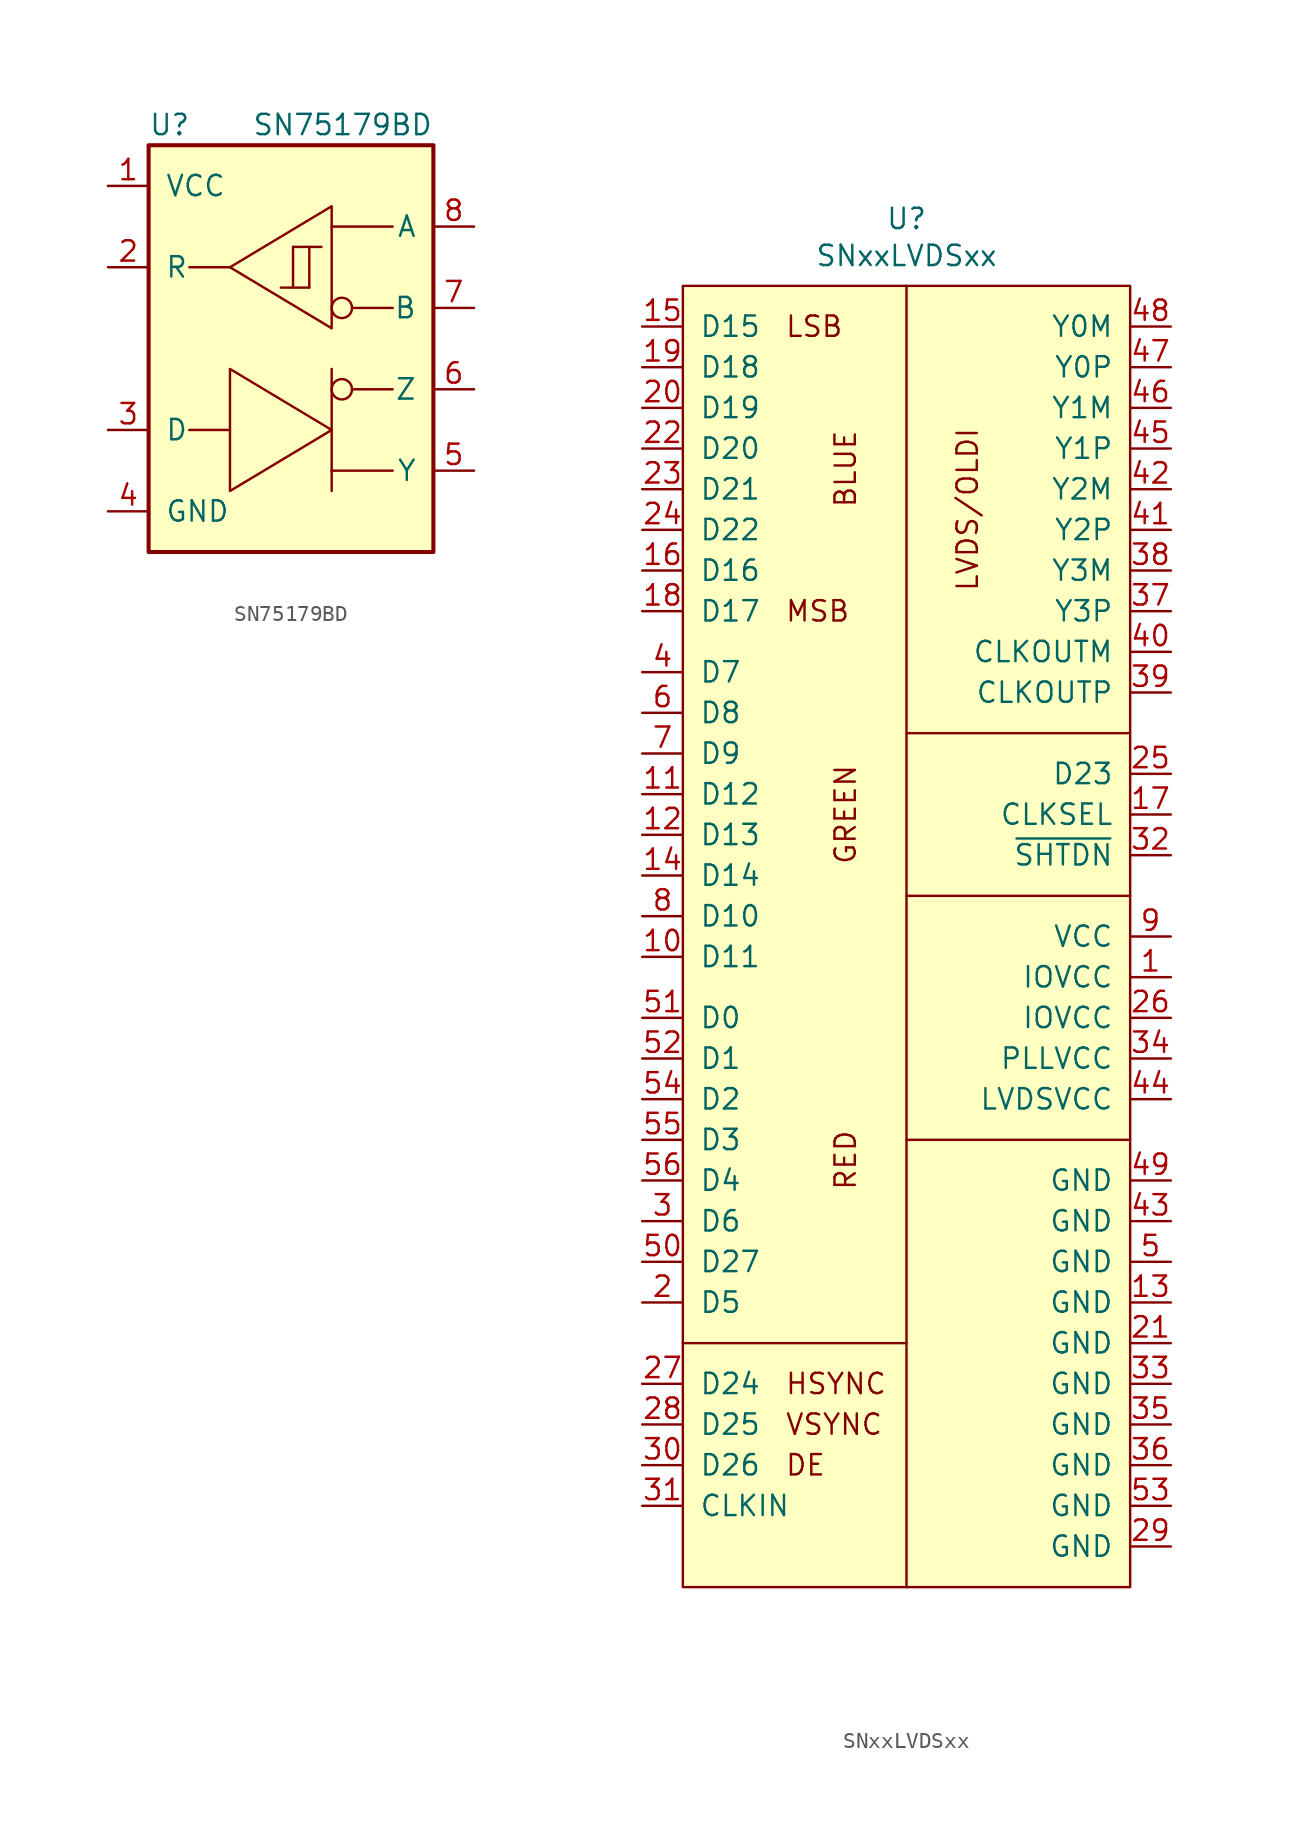
<source format=kicad_sym>
(kicad_symbol_lib
  (version 20231120)
  (generator "kicad_symbol_editor")
  (generator_version "8.0")
  (symbol "SN75179BD"
    (pin_names
      (offset 1.016))
    (property "Reference" "U"
      (at -8.89 13.97 0)
      (effects (font (size 1.27 1.27)) (justify left)))
    (property "Value" "SN75179BD"
      (at 8.89 13.97 0)
      (effects (font (size 1.27 1.27)) (justify right)))
    (symbol "SN75179BD_0_1"
      (rectangle (start -8.89 12.7) (end 8.89 -12.7) (stroke (width 0.254) (type default)) (fill (type background)))
      (polyline (pts (xy -3.81 -5.08) (xy -6.35 -5.08)) (stroke (width 0) (type default)) (fill (type none)))
      (polyline (pts (xy -3.81 5.08) (xy -6.35 5.08)) (stroke (width 0) (type default)) (fill (type none)))
      (polyline (pts (xy -0.635 3.81) (xy 1.143 3.81)) (stroke (width 0) (type default)) (fill (type none)))
      (polyline (pts (xy 0.127 6.35) (xy 0.127 3.81)) (stroke (width 0) (type default)) (fill (type none)))
      (polyline (pts (xy 1.143 3.81) (xy 1.143 6.35)) (stroke (width 0) (type default)) (fill (type none)))
      (polyline (pts (xy 1.905 6.35) (xy 0.127 6.35)) (stroke (width 0) (type default)) (fill (type none)))
      (polyline (pts (xy 2.54 -7.62) (xy 6.35 -7.62)) (stroke (width 0) (type default)) (fill (type none)))
      (polyline (pts (xy 2.54 -1.27) (xy 2.54 -8.89)) (stroke (width 0) (type default)) (fill (type none)))
      (polyline (pts (xy 2.54 7.62) (xy 6.35 7.62)) (stroke (width 0) (type default)) (fill (type none)))
      (polyline (pts (xy 3.81 -2.54) (xy 6.35 -2.54)) (stroke (width 0) (type default)) (fill (type none)))
      (polyline (pts (xy 3.81 2.54) (xy 6.35 2.54)) (stroke (width 0) (type default)) (fill (type none)))
      (polyline (pts (xy -3.81 -1.27) (xy -3.81 -8.89) (xy 2.54 -5.08) (xy -3.81 -1.27)) (stroke (width 0) (type default)) (fill (type none)))
      (polyline (pts (xy 2.54 8.89) (xy 2.54 1.27) (xy -3.81 5.08) (xy 2.54 8.89)) (stroke (width 0) (type default)) (fill (type none)))
      (circle (center 3.175 -2.54) (radius 0.635) (stroke (width 0) (type default)) (fill (type none)))
      (circle (center 3.175 2.54) (radius 0.635) (stroke (width 0) (type default)) (fill (type none))))
    (symbol "SN75179BD_1_1"
      (pin power_in line (at -11.43 10.16 0) (length 2.54) (name "VCC" (effects (font (size 1.27 1.27)))) (number "1" (effects (font (size 1.27 1.27)))))
      (pin output line (at -11.43 5.08 0) (length 2.54) (name "R" (effects (font (size 1.27 1.27)))) (number "2" (effects (font (size 1.27 1.27)))))
      (pin input line (at -11.43 -5.08 0) (length 2.54) (name "D" (effects (font (size 1.27 1.27)))) (number "3" (effects (font (size 1.27 1.27)))))
      (pin power_in line (at -11.43 -10.16 0) (length 2.54) (name "GND" (effects (font (size 1.27 1.27)))) (number "4" (effects (font (size 1.27 1.27)))))
      (pin output line (at 11.43 -7.62 180) (length 2.54) (name "Y" (effects (font (size 1.27 1.27)))) (number "5" (effects (font (size 1.27 1.27)))))
      (pin output line (at 11.43 -2.54 180) (length 2.54) (name "Z" (effects (font (size 1.27 1.27)))) (number "6" (effects (font (size 1.27 1.27)))))
      (pin input line (at 11.43 2.54 180) (length 2.54) (name "B" (effects (font (size 1.27 1.27)))) (number "7" (effects (font (size 1.27 1.27)))))
      (pin input line (at 11.43 7.62 180) (length 2.54) (name "A" (effects (font (size 1.27 1.27)))) (number "8" (effects (font (size 1.27 1.27)))))))
  (symbol "SNxxLVDSxx"
    (pin_names
      (offset 1.016))
    (property "Reference" "U"
      (at 0 4.191 0)
      (effects (font (size 1.27 1.27))))
    (property "Value" "SNxxLVDSxx"
      (at 0 1.88 0)
      (effects (font (size 1.27 1.27))))
    (symbol "SNxxLVDSxx_0_0"
      (polyline (pts (xy 0 -81.28) (xy 0 -66.04)) (stroke (width 0) (type solid)) (fill (type none)))
      (polyline (pts (xy 0 -53.34) (xy 13.97 -53.34)) (stroke (width 0) (type solid)) (fill (type none)))
      (polyline (pts (xy 13.97 -38.1) (xy 0 -38.1)) (stroke (width 0) (type solid)) (fill (type none)))
      (polyline (pts (xy 13.97 -27.94) (xy 0 -27.94)) (stroke (width 0) (type solid)) (fill (type none)))
      (polyline (pts (xy -13.97 -66.04) (xy 0 -66.04) (xy 0 0)) (stroke (width 0) (type solid)) (fill (type none)))
      (text "BLUE" (at -3.81 -11.43 900) (effects (font (size 1.27 1.27))))
      (text "DE" (at -7.62 -73.66 0) (effects (font (size 1.27 1.27)) (justify left)))
      (text "GREEN" (at -3.81 -33.02 900) (effects (font (size 1.27 1.27))))
      (text "HSYNC" (at -7.62 -68.58 0) (effects (font (size 1.27 1.27)) (justify left)))
      (text "LSB" (at -7.62 -2.54 0) (effects (font (size 1.27 1.27)) (justify left)))
      (text "LVDS/OLDI" (at 3.81 -13.97 900) (effects (font (size 1.27 1.27))))
      (text "MSB" (at -7.62 -20.32 0) (effects (font (size 1.27 1.27)) (justify left)))
      (text "RED" (at -3.81 -54.61 900) (effects (font (size 1.27 1.27))))
      (text "VSYNC" (at -7.62 -71.12 0) (effects (font (size 1.27 1.27)) (justify left))))
    (symbol "SNxxLVDSxx_1_0"
      (rectangle (start -13.97 0) (end 13.97 -81.28) (stroke (width 0) (type solid)) (fill (type background))))
    (symbol "SNxxLVDSxx_1_1"
      (pin power_in line (at 16.51 -43.18 180) (length 2.54) (name "IOVCC" (effects (font (size 1.27 1.27)))) (number "1" (effects (font (size 1.27 1.27)))))
      (pin input line (at -16.51 -41.91 0) (length 2.54) (name "D11" (effects (font (size 1.27 1.27)))) (number "10" (effects (font (size 1.27 1.27)))))
      (pin input line (at -16.51 -31.75 0) (length 2.54) (name "D12" (effects (font (size 1.27 1.27)))) (number "11" (effects (font (size 1.27 1.27)))))
      (pin input line (at -16.51 -34.29 0) (length 2.54) (name "D13" (effects (font (size 1.27 1.27)))) (number "12" (effects (font (size 1.27 1.27)))))
      (pin power_in line (at 16.51 -63.5 180) (length 2.54) (name "GND" (effects (font (size 1.27 1.27)))) (number "13" (effects (font (size 1.27 1.27)))))
      (pin input line (at -16.51 -36.83 0) (length 2.54) (name "D14" (effects (font (size 1.27 1.27)))) (number "14" (effects (font (size 1.27 1.27)))))
      (pin input line (at -16.51 -2.54 0) (length 2.54) (name "D15" (effects (font (size 1.27 1.27)))) (number "15" (effects (font (size 1.27 1.27)))))
      (pin input line (at -16.51 -17.78 0) (length 2.54) (name "D16" (effects (font (size 1.27 1.27)))) (number "16" (effects (font (size 1.27 1.27)))))
      (pin input line (at 16.51 -33.02 180) (length 2.54) (name "CLKSEL" (effects (font (size 1.27 1.27)))) (number "17" (effects (font (size 1.27 1.27)))))
      (pin input line (at -16.51 -20.32 0) (length 2.54) (name "D17" (effects (font (size 1.27 1.27)))) (number "18" (effects (font (size 1.27 1.27)))))
      (pin input line (at -16.51 -5.08 0) (length 2.54) (name "D18" (effects (font (size 1.27 1.27)))) (number "19" (effects (font (size 1.27 1.27)))))
      (pin input line (at -16.51 -63.5 0) (length 2.54) (name "D5" (effects (font (size 1.27 1.27)))) (number "2" (effects (font (size 1.27 1.27)))))
      (pin input line (at -16.51 -7.62 0) (length 2.54) (name "D19" (effects (font (size 1.27 1.27)))) (number "20" (effects (font (size 1.27 1.27)))))
      (pin power_in line (at 16.51 -66.04 180) (length 2.54) (name "GND" (effects (font (size 1.27 1.27)))) (number "21" (effects (font (size 1.27 1.27)))))
      (pin input line (at -16.51 -10.16 0) (length 2.54) (name "D20" (effects (font (size 1.27 1.27)))) (number "22" (effects (font (size 1.27 1.27)))))
      (pin input line (at -16.51 -12.7 0) (length 2.54) (name "D21" (effects (font (size 1.27 1.27)))) (number "23" (effects (font (size 1.27 1.27)))))
      (pin input line (at -16.51 -15.24 0) (length 2.54) (name "D22" (effects (font (size 1.27 1.27)))) (number "24" (effects (font (size 1.27 1.27)))))
      (pin input line (at 16.51 -30.48 180) (length 2.54) (name "D23" (effects (font (size 1.27 1.27)))) (number "25" (effects (font (size 1.27 1.27)))))
      (pin power_in line (at 16.51 -45.72 180) (length 2.54) (name "IOVCC" (effects (font (size 1.27 1.27)))) (number "26" (effects (font (size 1.27 1.27)))))
      (pin input line (at -16.51 -68.58 0) (length 2.54) (name "D24" (effects (font (size 1.27 1.27)))) (number "27" (effects (font (size 1.27 1.27)))))
      (pin input line (at -16.51 -71.12 0) (length 2.54) (name "D25" (effects (font (size 1.27 1.27)))) (number "28" (effects (font (size 1.27 1.27)))))
      (pin power_in line (at 16.51 -78.74 180) (length 2.54) (name "GND" (effects (font (size 1.27 1.27)))) (number "29" (effects (font (size 1.27 1.27)))))
      (pin input line (at -16.51 -58.42 0) (length 2.54) (name "D6" (effects (font (size 1.27 1.27)))) (number "3" (effects (font (size 1.27 1.27)))))
      (pin input line (at -16.51 -73.66 0) (length 2.54) (name "D26" (effects (font (size 1.27 1.27)))) (number "30" (effects (font (size 1.27 1.27)))))
      (pin input line (at -16.51 -76.2 0) (length 2.54) (name "CLKIN" (effects (font (size 1.27 1.27)))) (number "31" (effects (font (size 1.27 1.27)))))
      (pin input line (at 16.51 -35.56 180) (length 2.54) (name "~{SHTDN}" (effects (font (size 1.27 1.27)))) (number "32" (effects (font (size 1.27 1.27)))))
      (pin power_in line (at 16.51 -68.58 180) (length 2.54) (name "GND" (effects (font (size 1.27 1.27)))) (number "33" (effects (font (size 1.27 1.27)))))
      (pin power_in line (at 16.51 -48.26 180) (length 2.54) (name "PLLVCC" (effects (font (size 1.27 1.27)))) (number "34" (effects (font (size 1.27 1.27)))))
      (pin power_in line (at 16.51 -71.12 180) (length 2.54) (name "GND" (effects (font (size 1.27 1.27)))) (number "35" (effects (font (size 1.27 1.27)))))
      (pin power_in line (at 16.51 -73.66 180) (length 2.54) (name "GND" (effects (font (size 1.27 1.27)))) (number "36" (effects (font (size 1.27 1.27)))))
      (pin output line (at 16.51 -20.32 180) (length 2.54) (name "Y3P" (effects (font (size 1.27 1.27)))) (number "37" (effects (font (size 1.27 1.27)))))
      (pin output line (at 16.51 -17.78 180) (length 2.54) (name "Y3M" (effects (font (size 1.27 1.27)))) (number "38" (effects (font (size 1.27 1.27)))))
      (pin output line (at 16.51 -25.4 180) (length 2.54) (name "CLKOUTP" (effects (font (size 1.27 1.27)))) (number "39" (effects (font (size 1.27 1.27)))))
      (pin input line (at -16.51 -24.13 0) (length 2.54) (name "D7" (effects (font (size 1.27 1.27)))) (number "4" (effects (font (size 1.27 1.27)))))
      (pin output line (at 16.51 -22.86 180) (length 2.54) (name "CLKOUTM" (effects (font (size 1.27 1.27)))) (number "40" (effects (font (size 1.27 1.27)))))
      (pin output line (at 16.51 -15.24 180) (length 2.54) (name "Y2P" (effects (font (size 1.27 1.27)))) (number "41" (effects (font (size 1.27 1.27)))))
      (pin output line (at 16.51 -12.7 180) (length 2.54) (name "Y2M" (effects (font (size 1.27 1.27)))) (number "42" (effects (font (size 1.27 1.27)))))
      (pin power_in line (at 16.51 -58.42 180) (length 2.54) (name "GND" (effects (font (size 1.27 1.27)))) (number "43" (effects (font (size 1.27 1.27)))))
      (pin power_in line (at 16.51 -50.8 180) (length 2.54) (name "LVDSVCC" (effects (font (size 1.27 1.27)))) (number "44" (effects (font (size 1.27 1.27)))))
      (pin output line (at 16.51 -10.16 180) (length 2.54) (name "Y1P" (effects (font (size 1.27 1.27)))) (number "45" (effects (font (size 1.27 1.27)))))
      (pin output line (at 16.51 -7.62 180) (length 2.54) (name "Y1M" (effects (font (size 1.27 1.27)))) (number "46" (effects (font (size 1.27 1.27)))))
      (pin output line (at 16.51 -5.08 180) (length 2.54) (name "Y0P" (effects (font (size 1.27 1.27)))) (number "47" (effects (font (size 1.27 1.27)))))
      (pin output line (at 16.51 -2.54 180) (length 2.54) (name "Y0M" (effects (font (size 1.27 1.27)))) (number "48" (effects (font (size 1.27 1.27)))))
      (pin power_in line (at 16.51 -55.88 180) (length 2.54) (name "GND" (effects (font (size 1.27 1.27)))) (number "49" (effects (font (size 1.27 1.27)))))
      (pin power_in line (at 16.51 -60.96 180) (length 2.54) (name "GND" (effects (font (size 1.27 1.27)))) (number "5" (effects (font (size 1.27 1.27)))))
      (pin input line (at -16.51 -60.96 0) (length 2.54) (name "D27" (effects (font (size 1.27 1.27)))) (number "50" (effects (font (size 1.27 1.27)))))
      (pin input line (at -16.51 -45.72 0) (length 2.54) (name "D0" (effects (font (size 1.27 1.27)))) (number "51" (effects (font (size 1.27 1.27)))))
      (pin input line (at -16.51 -48.26 0) (length 2.54) (name "D1" (effects (font (size 1.27 1.27)))) (number "52" (effects (font (size 1.27 1.27)))))
      (pin power_in line (at 16.51 -76.2 180) (length 2.54) (name "GND" (effects (font (size 1.27 1.27)))) (number "53" (effects (font (size 1.27 1.27)))))
      (pin input line (at -16.51 -50.8 0) (length 2.54) (name "D2" (effects (font (size 1.27 1.27)))) (number "54" (effects (font (size 1.27 1.27)))))
      (pin input line (at -16.51 -53.34 0) (length 2.54) (name "D3" (effects (font (size 1.27 1.27)))) (number "55" (effects (font (size 1.27 1.27)))))
      (pin input line (at -16.51 -55.88 0) (length 2.54) (name "D4" (effects (font (size 1.27 1.27)))) (number "56" (effects (font (size 1.27 1.27)))))
      (pin input line (at -16.51 -26.67 0) (length 2.54) (name "D8" (effects (font (size 1.27 1.27)))) (number "6" (effects (font (size 1.27 1.27)))))
      (pin input line (at -16.51 -29.21 0) (length 2.54) (name "D9" (effects (font (size 1.27 1.27)))) (number "7" (effects (font (size 1.27 1.27)))))
      (pin input line (at -16.51 -39.37 0) (length 2.54) (name "D10" (effects (font (size 1.27 1.27)))) (number "8" (effects (font (size 1.27 1.27)))))
      (pin power_in line (at 16.51 -40.64 180) (length 2.54) (name "VCC" (effects (font (size 1.27 1.27)))) (number "9" (effects (font (size 1.27 1.27))))))))
</source>
